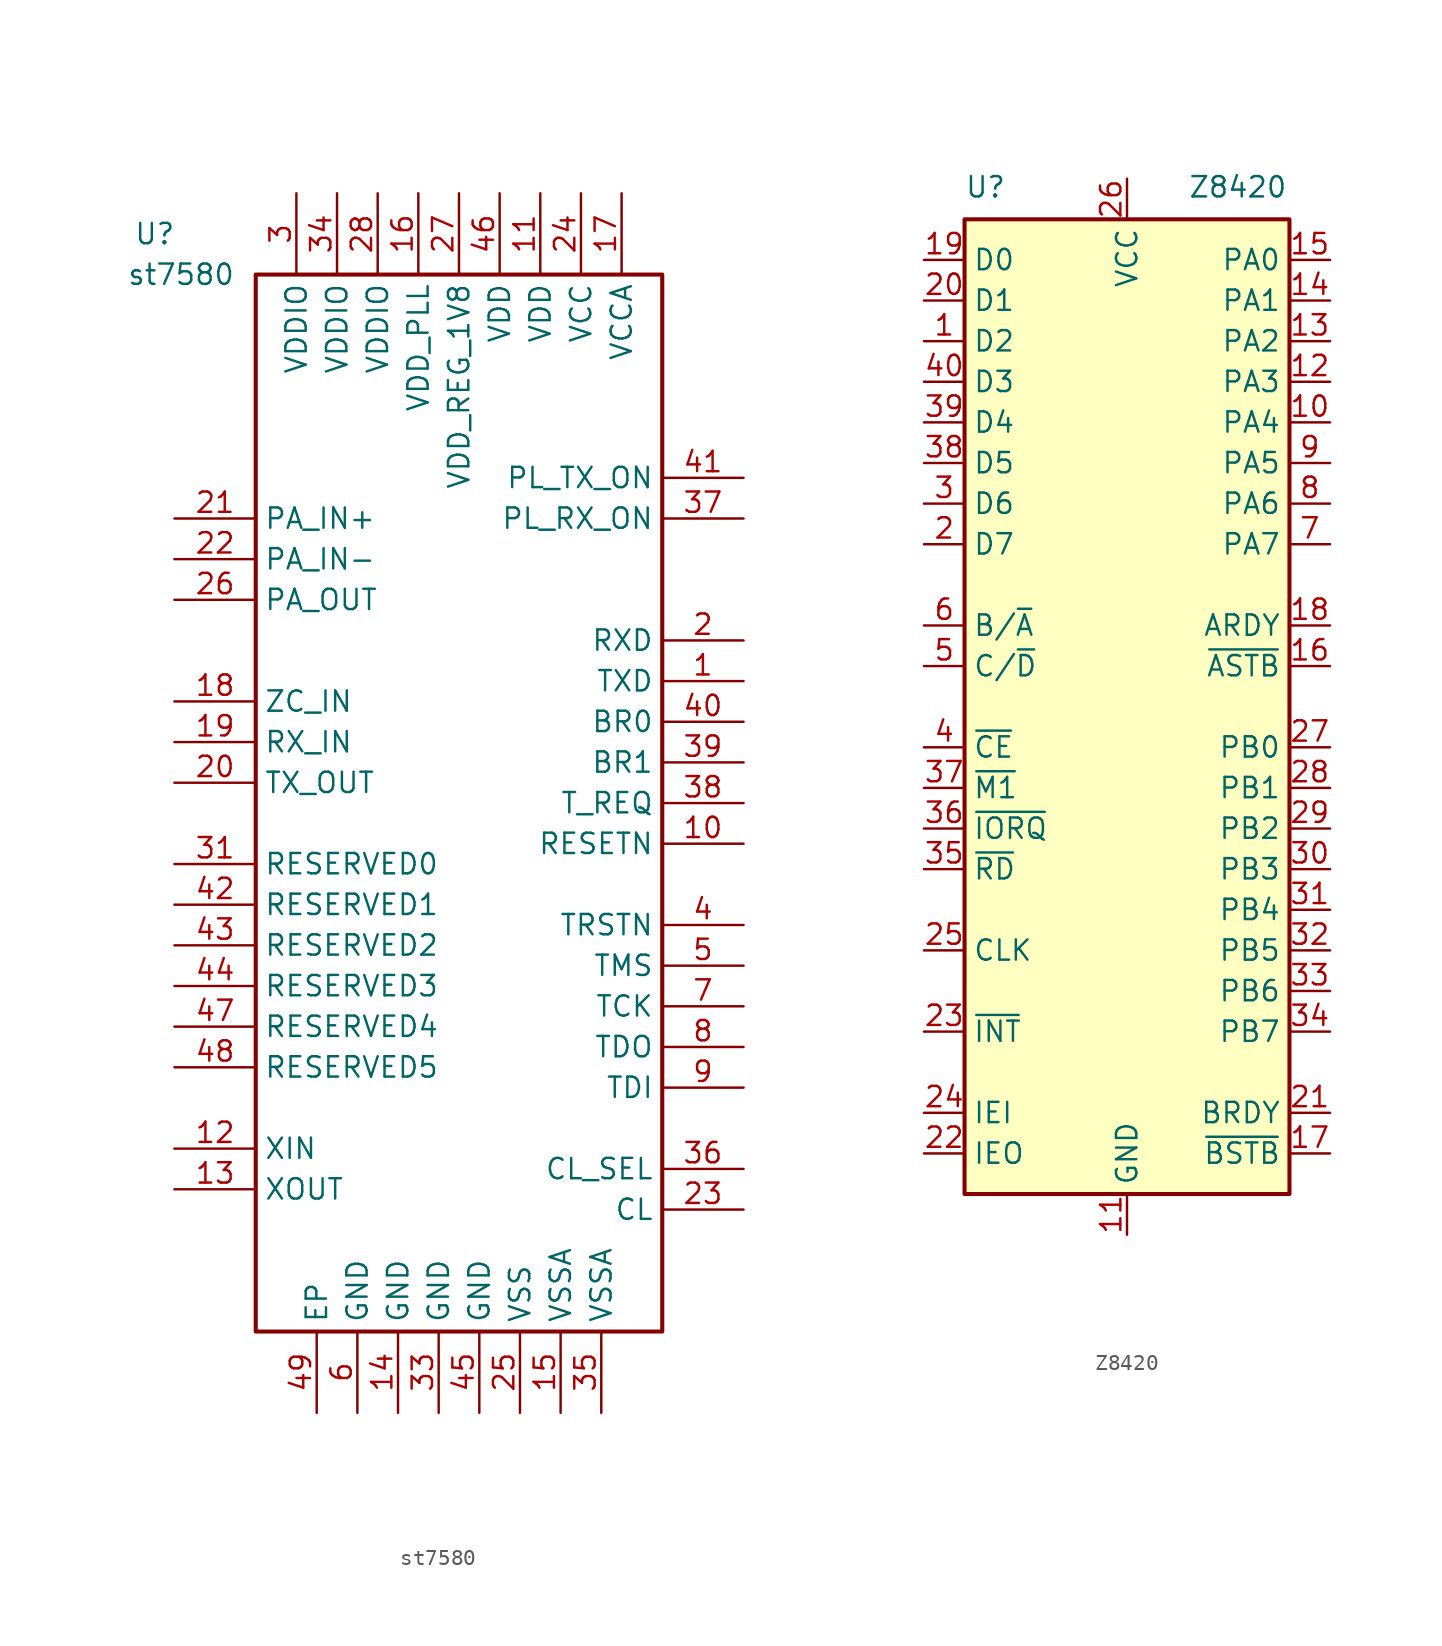
<source format=kicad_sym>
(kicad_symbol_lib
  (version 20201005)
  (generator kicad_symbol_editor)
  (symbol "st7580"
    (property "Reference" "U"
      (at -20.32 35.56 0)
      (effects (font (size 1.27 1.27)) (justify left)))
    (property "Value" "st7580"
      (at -13.97 33.02 0)
      (effects (font (size 1.27 1.27)) (justify right)))
    (symbol "st7580_0_0"
      (rectangle (start -12.7 33.02) (end 12.7 -33.02) (stroke (width 0.254)) (fill (type none))))
    (symbol "st7580_1_1"
      (pin output line (at 17.78 7.62 180) (length 5.08) (name "TXD" (effects (font (size 1.27 1.27)))) (number "1" (effects (font (size 1.27 1.27)))))
      (pin input line (at 17.78 -2.54 180) (length 5.08) (name "RESETN" (effects (font (size 1.27 1.27)))) (number "10" (effects (font (size 1.27 1.27)))))
      (pin input line (at 5.08 38.1 270) (length 5.08) (name "VDD" (effects (font (size 1.27 1.27)))) (number "11" (effects (font (size 1.27 1.27)))))
      (pin input line (at -17.78 -21.59 0) (length 5.08) (name "XIN" (effects (font (size 1.27 1.27)))) (number "12" (effects (font (size 1.27 1.27)))))
      (pin input line (at -17.78 -24.13 0) (length 5.08) (name "XOUT" (effects (font (size 1.27 1.27)))) (number "13" (effects (font (size 1.27 1.27)))))
      (pin input line (at -3.81 -38.1 90) (length 5.08) (name "GND" (effects (font (size 1.27 1.27)))) (number "14" (effects (font (size 1.27 1.27)))))
      (pin input line (at 6.35 -38.1 90) (length 5.08) (name "VSSA" (effects (font (size 1.27 1.27)))) (number "15" (effects (font (size 1.27 1.27)))))
      (pin input line (at -2.54 38.1 270) (length 5.08) (name "VDD_PLL" (effects (font (size 1.27 1.27)))) (number "16" (effects (font (size 1.27 1.27)))))
      (pin input line (at 10.16 38.1 270) (length 5.08) (name "VCCA" (effects (font (size 1.27 1.27)))) (number "17" (effects (font (size 1.27 1.27)))))
      (pin input line (at -17.78 6.35 0) (length 5.08) (name "ZC_IN" (effects (font (size 1.27 1.27)))) (number "18" (effects (font (size 1.27 1.27)))))
      (pin input line (at -17.78 3.81 0) (length 5.08) (name "RX_IN" (effects (font (size 1.27 1.27)))) (number "19" (effects (font (size 1.27 1.27)))))
      (pin input line (at 17.78 10.16 180) (length 5.08) (name "RXD" (effects (font (size 1.27 1.27)))) (number "2" (effects (font (size 1.27 1.27)))))
      (pin output line (at -17.78 1.27 0) (length 5.08) (name "TX_OUT" (effects (font (size 1.27 1.27)))) (number "20" (effects (font (size 1.27 1.27)))))
      (pin input line (at -17.78 17.78 0) (length 5.08) (name "PA_IN+" (effects (font (size 1.27 1.27)))) (number "21" (effects (font (size 1.27 1.27)))))
      (pin input line (at -17.78 15.24 0) (length 5.08) (name "PA_IN-" (effects (font (size 1.27 1.27)))) (number "22" (effects (font (size 1.27 1.27)))))
      (pin input line (at 17.78 -25.4 180) (length 5.08) (name "CL" (effects (font (size 1.27 1.27)))) (number "23" (effects (font (size 1.27 1.27)))))
      (pin input line (at 7.62 38.1 270) (length 5.08) (name "VCC" (effects (font (size 1.27 1.27)))) (number "24" (effects (font (size 1.27 1.27)))))
      (pin input line (at 3.81 -38.1 90) (length 5.08) (name "VSS" (effects (font (size 1.27 1.27)))) (number "25" (effects (font (size 1.27 1.27)))))
      (pin output line (at -17.78 12.7 0) (length 5.08) (name "PA_OUT" (effects (font (size 1.27 1.27)))) (number "26" (effects (font (size 1.27 1.27)))))
      (pin input line (at 0 38.1 270) (length 5.08) (name "VDD_REG_1V8" (effects (font (size 1.27 1.27)))) (number "27" (effects (font (size 1.27 1.27)))))
      (pin input line (at -5.08 38.1 270) (length 5.08) (name "VDDIO" (effects (font (size 1.27 1.27)))) (number "28" (effects (font (size 1.27 1.27)))))
      (pin no_connect line (at -17.78 -31.75 0) (length 5.08) hide (name "NC" (effects (font (size 1.27 1.27)))) (number "29" (effects (font (size 1.27 1.27)))))
      (pin input line (at -10.16 38.1 270) (length 5.08) (name "VDDIO" (effects (font (size 1.27 1.27)))) (number "3" (effects (font (size 1.27 1.27)))))
      (pin no_connect line (at -17.78 -29.21 0) (length 5.08) hide (name "NC" (effects (font (size 1.27 1.27)))) (number "30" (effects (font (size 1.27 1.27)))))
      (pin unspecified line (at -17.78 -3.81 0) (length 5.08) (name "RESERVED0" (effects (font (size 1.27 1.27)))) (number "31" (effects (font (size 1.27 1.27)))))
      (pin no_connect line (at 17.78 27.94 180) (length 5.08) hide (name "NC" (effects (font (size 1.27 1.27)))) (number "32" (effects (font (size 1.27 1.27)))))
      (pin input line (at -1.27 -38.1 90) (length 5.08) (name "GND" (effects (font (size 1.27 1.27)))) (number "33" (effects (font (size 1.27 1.27)))))
      (pin input line (at -7.62 38.1 270) (length 5.08) (name "VDDIO" (effects (font (size 1.27 1.27)))) (number "34" (effects (font (size 1.27 1.27)))))
      (pin input line (at 8.89 -38.1 90) (length 5.08) (name "VSSA" (effects (font (size 1.27 1.27)))) (number "35" (effects (font (size 1.27 1.27)))))
      (pin input line (at 17.78 -22.86 180) (length 5.08) (name "CL_SEL" (effects (font (size 1.27 1.27)))) (number "36" (effects (font (size 1.27 1.27)))))
      (pin output line (at 17.78 17.78 180) (length 5.08) (name "PL_RX_ON" (effects (font (size 1.27 1.27)))) (number "37" (effects (font (size 1.27 1.27)))))
      (pin input line (at 17.78 0 180) (length 5.08) (name "T_REQ" (effects (font (size 1.27 1.27)))) (number "38" (effects (font (size 1.27 1.27)))))
      (pin input line (at 17.78 2.54 180) (length 5.08) (name "BR1" (effects (font (size 1.27 1.27)))) (number "39" (effects (font (size 1.27 1.27)))))
      (pin input line (at 17.78 -7.62 180) (length 5.08) (name "TRSTN" (effects (font (size 1.27 1.27)))) (number "4" (effects (font (size 1.27 1.27)))))
      (pin input line (at 17.78 5.08 180) (length 5.08) (name "BR0" (effects (font (size 1.27 1.27)))) (number "40" (effects (font (size 1.27 1.27)))))
      (pin output line (at 17.78 20.32 180) (length 5.08) (name "PL_TX_ON" (effects (font (size 1.27 1.27)))) (number "41" (effects (font (size 1.27 1.27)))))
      (pin unspecified line (at -17.78 -6.35 0) (length 5.08) (name "RESERVED1" (effects (font (size 1.27 1.27)))) (number "42" (effects (font (size 1.27 1.27)))))
      (pin unspecified line (at -17.78 -8.89 0) (length 5.08) (name "RESERVED2" (effects (font (size 1.27 1.27)))) (number "43" (effects (font (size 1.27 1.27)))))
      (pin unspecified line (at -17.78 -11.43 0) (length 5.08) (name "RESERVED3" (effects (font (size 1.27 1.27)))) (number "44" (effects (font (size 1.27 1.27)))))
      (pin input line (at 1.27 -38.1 90) (length 5.08) (name "GND" (effects (font (size 1.27 1.27)))) (number "45" (effects (font (size 1.27 1.27)))))
      (pin input line (at 2.54 38.1 270) (length 5.08) (name "VDD" (effects (font (size 1.27 1.27)))) (number "46" (effects (font (size 1.27 1.27)))))
      (pin unspecified line (at -17.78 -13.97 0) (length 5.08) (name "RESERVED4" (effects (font (size 1.27 1.27)))) (number "47" (effects (font (size 1.27 1.27)))))
      (pin unspecified line (at -17.78 -16.51 0) (length 5.08) (name "RESERVED5" (effects (font (size 1.27 1.27)))) (number "48" (effects (font (size 1.27 1.27)))))
      (pin input line (at -8.89 -38.1 90) (length 5.08) (name "EP" (effects (font (size 1.27 1.27)))) (number "49" (effects (font (size 1.27 1.27)))))
      (pin input line (at 17.78 -10.16 180) (length 5.08) (name "TMS" (effects (font (size 1.27 1.27)))) (number "5" (effects (font (size 1.27 1.27)))))
      (pin input line (at -6.35 -38.1 90) (length 5.08) (name "GND" (effects (font (size 1.27 1.27)))) (number "6" (effects (font (size 1.27 1.27)))))
      (pin input line (at 17.78 -12.7 180) (length 5.08) (name "TCK" (effects (font (size 1.27 1.27)))) (number "7" (effects (font (size 1.27 1.27)))))
      (pin input line (at 17.78 -15.24 180) (length 5.08) (name "TDO" (effects (font (size 1.27 1.27)))) (number "8" (effects (font (size 1.27 1.27)))))
      (pin input line (at 17.78 -17.78 180) (length 5.08) (name "TDI" (effects (font (size 1.27 1.27)))) (number "9" (effects (font (size 1.27 1.27)))))))
  (symbol "Z8420"
    (property "Reference" "U"
      (at -10.16 31.75 0)
      (effects (font (size 1.27 1.27)) (justify left bottom)))
    (property "Value" "Z8420"
      (at 3.81 31.75 0)
      (effects (font (size 1.27 1.27)) (justify left bottom)))
    (symbol "Z8420_1_0"
      (rectangle (start -10.16 30.48) (end 10.16 -30.48) (stroke (width 0.254)) (fill (type background))))
    (symbol "Z8420_1_1"
      (pin bidirectional line (at -12.7 22.86 0) (length 2.54) (name "D2" (effects (font (size 1.27 1.27)))) (number "1" (effects (font (size 1.27 1.27)))))
      (pin bidirectional line (at 12.7 17.78 180) (length 2.54) (name "PA4" (effects (font (size 1.27 1.27)))) (number "10" (effects (font (size 1.27 1.27)))))
      (pin power_in line (at 0 -33.02 90) (length 2.54) (name "GND" (effects (font (size 1.27 1.27)))) (number "11" (effects (font (size 1.27 1.27)))))
      (pin bidirectional line (at 12.7 20.32 180) (length 2.54) (name "PA3" (effects (font (size 1.27 1.27)))) (number "12" (effects (font (size 1.27 1.27)))))
      (pin bidirectional line (at 12.7 22.86 180) (length 2.54) (name "PA2" (effects (font (size 1.27 1.27)))) (number "13" (effects (font (size 1.27 1.27)))))
      (pin bidirectional line (at 12.7 25.4 180) (length 2.54) (name "PA1" (effects (font (size 1.27 1.27)))) (number "14" (effects (font (size 1.27 1.27)))))
      (pin bidirectional line (at 12.7 27.94 180) (length 2.54) (name "PA0" (effects (font (size 1.27 1.27)))) (number "15" (effects (font (size 1.27 1.27)))))
      (pin input line (at 12.7 2.54 180) (length 2.54) (name "~ASTB~" (effects (font (size 1.27 1.27)))) (number "16" (effects (font (size 1.27 1.27)))))
      (pin input line (at 12.7 -27.94 180) (length 2.54) (name "~BSTB~" (effects (font (size 1.27 1.27)))) (number "17" (effects (font (size 1.27 1.27)))))
      (pin output line (at 12.7 5.08 180) (length 2.54) (name "ARDY" (effects (font (size 1.27 1.27)))) (number "18" (effects (font (size 1.27 1.27)))))
      (pin bidirectional line (at -12.7 27.94 0) (length 2.54) (name "D0" (effects (font (size 1.27 1.27)))) (number "19" (effects (font (size 1.27 1.27)))))
      (pin bidirectional line (at -12.7 10.16 0) (length 2.54) (name "D7" (effects (font (size 1.27 1.27)))) (number "2" (effects (font (size 1.27 1.27)))))
      (pin bidirectional line (at -12.7 25.4 0) (length 2.54) (name "D1" (effects (font (size 1.27 1.27)))) (number "20" (effects (font (size 1.27 1.27)))))
      (pin output line (at 12.7 -25.4 180) (length 2.54) (name "BRDY" (effects (font (size 1.27 1.27)))) (number "21" (effects (font (size 1.27 1.27)))))
      (pin output line (at -12.7 -27.94 0) (length 2.54) (name "IEO" (effects (font (size 1.27 1.27)))) (number "22" (effects (font (size 1.27 1.27)))))
      (pin open_collector line (at -12.7 -20.32 0) (length 2.54) (name "~INT~" (effects (font (size 1.27 1.27)))) (number "23" (effects (font (size 1.27 1.27)))))
      (pin input line (at -12.7 -25.4 0) (length 2.54) (name "IEI" (effects (font (size 1.27 1.27)))) (number "24" (effects (font (size 1.27 1.27)))))
      (pin input line (at -12.7 -15.24 0) (length 2.54) (name "CLK" (effects (font (size 1.27 1.27)))) (number "25" (effects (font (size 1.27 1.27)))))
      (pin power_in line (at 0 33.02 270) (length 2.54) (name "VCC" (effects (font (size 1.27 1.27)))) (number "26" (effects (font (size 1.27 1.27)))))
      (pin bidirectional line (at 12.7 -2.54 180) (length 2.54) (name "PB0" (effects (font (size 1.27 1.27)))) (number "27" (effects (font (size 1.27 1.27)))))
      (pin bidirectional line (at 12.7 -5.08 180) (length 2.54) (name "PB1" (effects (font (size 1.27 1.27)))) (number "28" (effects (font (size 1.27 1.27)))))
      (pin bidirectional line (at 12.7 -7.62 180) (length 2.54) (name "PB2" (effects (font (size 1.27 1.27)))) (number "29" (effects (font (size 1.27 1.27)))))
      (pin bidirectional line (at -12.7 12.7 0) (length 2.54) (name "D6" (effects (font (size 1.27 1.27)))) (number "3" (effects (font (size 1.27 1.27)))))
      (pin bidirectional line (at 12.7 -10.16 180) (length 2.54) (name "PB3" (effects (font (size 1.27 1.27)))) (number "30" (effects (font (size 1.27 1.27)))))
      (pin bidirectional line (at 12.7 -12.7 180) (length 2.54) (name "PB4" (effects (font (size 1.27 1.27)))) (number "31" (effects (font (size 1.27 1.27)))))
      (pin bidirectional line (at 12.7 -15.24 180) (length 2.54) (name "PB5" (effects (font (size 1.27 1.27)))) (number "32" (effects (font (size 1.27 1.27)))))
      (pin bidirectional line (at 12.7 -17.78 180) (length 2.54) (name "PB6" (effects (font (size 1.27 1.27)))) (number "33" (effects (font (size 1.27 1.27)))))
      (pin bidirectional line (at 12.7 -20.32 180) (length 2.54) (name "PB7" (effects (font (size 1.27 1.27)))) (number "34" (effects (font (size 1.27 1.27)))))
      (pin input line (at -12.7 -10.16 0) (length 2.54) (name "~RD~" (effects (font (size 1.27 1.27)))) (number "35" (effects (font (size 1.27 1.27)))))
      (pin input line (at -12.7 -7.62 0) (length 2.54) (name "~IORQ~" (effects (font (size 1.27 1.27)))) (number "36" (effects (font (size 1.27 1.27)))))
      (pin input line (at -12.7 -5.08 0) (length 2.54) (name "~M1~" (effects (font (size 1.27 1.27)))) (number "37" (effects (font (size 1.27 1.27)))))
      (pin bidirectional line (at -12.7 15.24 0) (length 2.54) (name "D5" (effects (font (size 1.27 1.27)))) (number "38" (effects (font (size 1.27 1.27)))))
      (pin bidirectional line (at -12.7 17.78 0) (length 2.54) (name "D4" (effects (font (size 1.27 1.27)))) (number "39" (effects (font (size 1.27 1.27)))))
      (pin input line (at -12.7 -2.54 0) (length 2.54) (name "~CE~" (effects (font (size 1.27 1.27)))) (number "4" (effects (font (size 1.27 1.27)))))
      (pin bidirectional line (at -12.7 20.32 0) (length 2.54) (name "D3" (effects (font (size 1.27 1.27)))) (number "40" (effects (font (size 1.27 1.27)))))
      (pin input line (at -12.7 2.54 0) (length 2.54) (name "C/~D~" (effects (font (size 1.27 1.27)))) (number "5" (effects (font (size 1.27 1.27)))))
      (pin input line (at -12.7 5.08 0) (length 2.54) (name "B/~A~" (effects (font (size 1.27 1.27)))) (number "6" (effects (font (size 1.27 1.27)))))
      (pin bidirectional line (at 12.7 10.16 180) (length 2.54) (name "PA7" (effects (font (size 1.27 1.27)))) (number "7" (effects (font (size 1.27 1.27)))))
      (pin bidirectional line (at 12.7 12.7 180) (length 2.54) (name "PA6" (effects (font (size 1.27 1.27)))) (number "8" (effects (font (size 1.27 1.27)))))
      (pin bidirectional line (at 12.7 15.24 180) (length 2.54) (name "PA5" (effects (font (size 1.27 1.27)))) (number "9" (effects (font (size 1.27 1.27))))))))
</source>
